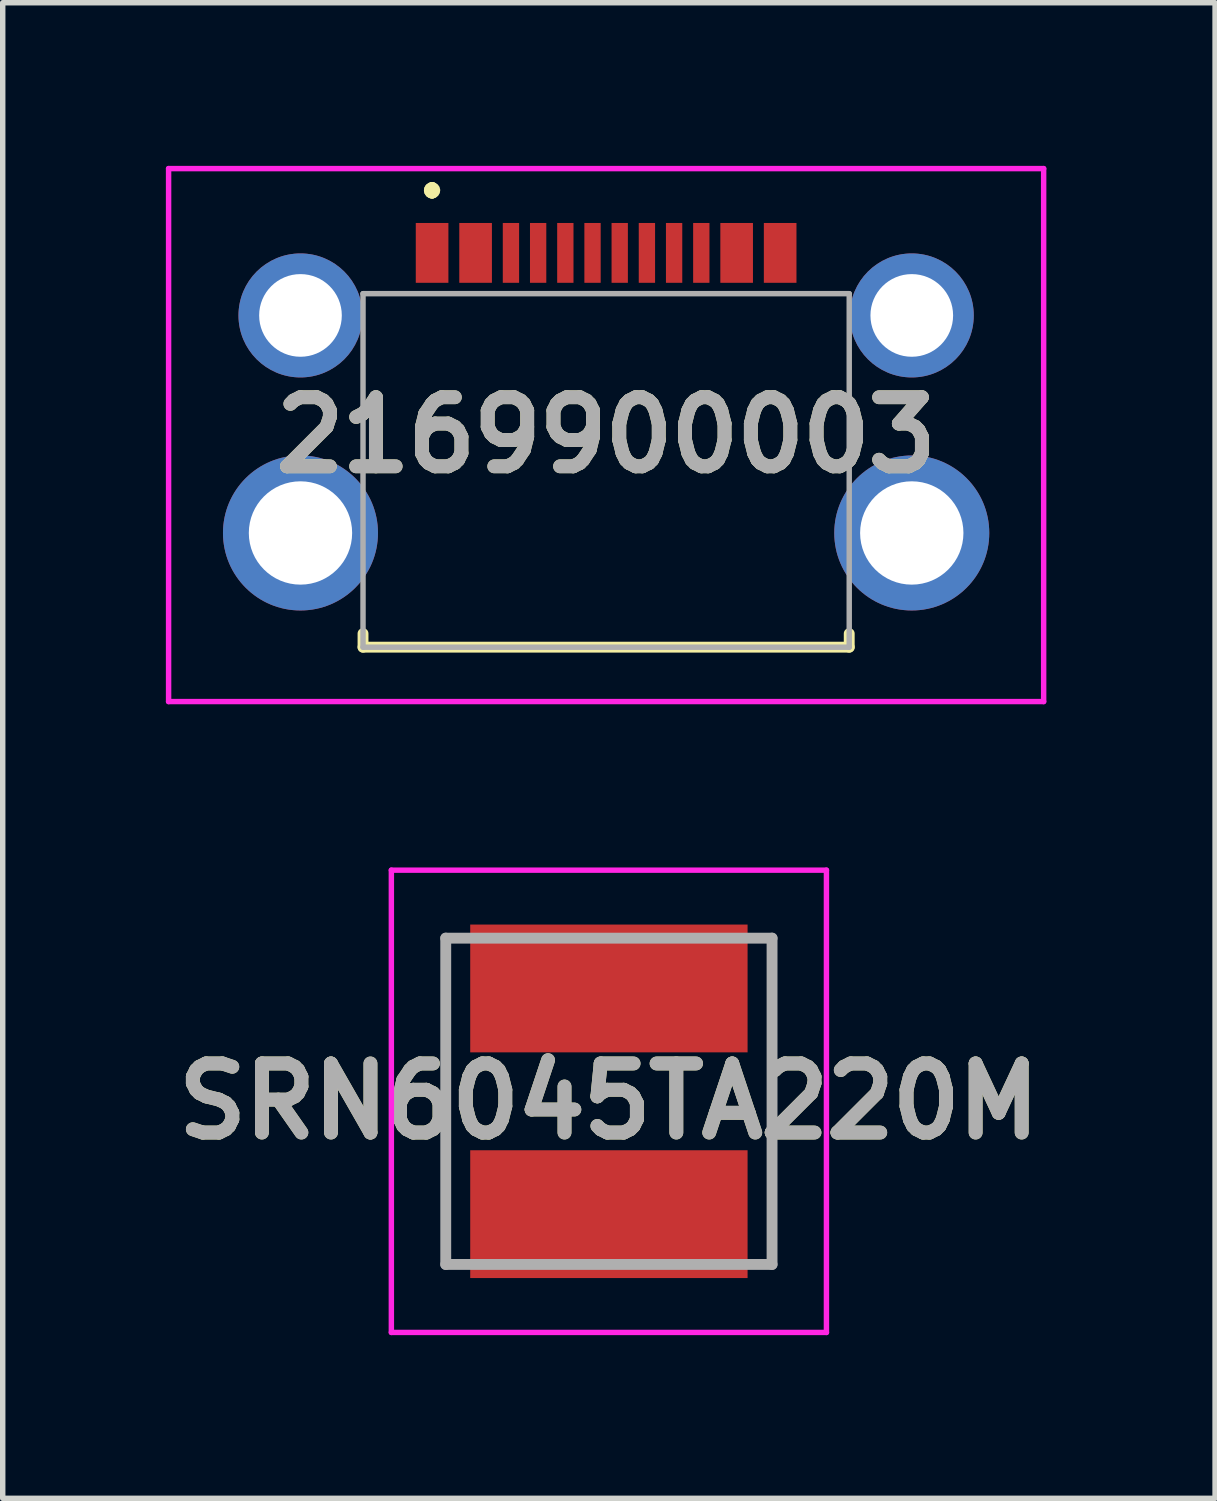
<source format=kicad_pcb>
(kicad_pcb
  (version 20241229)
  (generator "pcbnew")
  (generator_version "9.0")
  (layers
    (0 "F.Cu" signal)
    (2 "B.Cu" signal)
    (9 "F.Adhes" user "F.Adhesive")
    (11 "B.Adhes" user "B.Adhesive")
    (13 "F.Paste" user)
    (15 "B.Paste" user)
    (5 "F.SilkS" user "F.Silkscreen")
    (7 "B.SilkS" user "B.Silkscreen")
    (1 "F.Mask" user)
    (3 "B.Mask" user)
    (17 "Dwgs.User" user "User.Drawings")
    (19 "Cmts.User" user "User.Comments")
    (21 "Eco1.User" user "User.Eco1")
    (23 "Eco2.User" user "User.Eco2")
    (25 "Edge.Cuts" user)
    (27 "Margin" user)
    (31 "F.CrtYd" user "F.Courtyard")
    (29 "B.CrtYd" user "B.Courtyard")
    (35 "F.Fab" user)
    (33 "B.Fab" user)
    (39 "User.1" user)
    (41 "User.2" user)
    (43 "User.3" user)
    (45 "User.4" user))
  (footprint "2169900003"
    (layer "F.Cu")
    (at 8.095 5.6)
    (property "Reference" "2169900003" (at 0 -0.65 0) (layer "F.SilkS") (effects (font (size 1.27 1.27) (thickness 0.254))))
    (attr through_hole)
    (fp_line (start -4.47 3) (end -4.47 3.25) (stroke (width 0.2) (type solid)) (layer "F.SilkS"))
    (fp_line (start -4.47 3.25) (end 4.47 3.25) (stroke (width 0.2) (type solid)) (layer "F.SilkS"))
    (fp_line (start -3.2 -5.2) (end -3.2 -5.2) (stroke (width 0.2) (type solid)) (layer "F.SilkS"))
    (fp_line (start -3.2 -5.2) (end -3.2 -5.2) (stroke (width 0.2) (type solid)) (layer "F.SilkS"))
    (fp_line (start -3.2 -5.1) (end -3.2 -5.1) (stroke (width 0.2) (type solid)) (layer "F.SilkS"))
    (fp_line (start 4.47 3.25) (end 4.47 3) (stroke (width 0.2) (type solid)) (layer "F.SilkS"))
    (fp_arc (start -3.2 -5.2) (mid -3.15 -5.15) (end -3.2 -5.1) (stroke (width 0.2) (type solid)) (layer "F.SilkS"))
    (fp_arc (start -3.2 -5.1) (mid -3.25 -5.15) (end -3.2 -5.2) (stroke (width 0.2) (type solid)) (layer "F.SilkS"))
    (fp_arc (start -3.2 -5.1) (mid -3.25 -5.15) (end -3.2 -5.2) (stroke (width 0.2) (type solid)) (layer "F.SilkS"))
    (fp_line (start -8.045 -5.55) (end 8.045 -5.55) (stroke (width 0.1) (type solid)) (layer "F.CrtYd"))
    (fp_line (start -8.045 4.25) (end -8.045 -5.55) (stroke (width 0.1) (type solid)) (layer "F.CrtYd"))
    (fp_line (start 8.045 -5.55) (end 8.045 4.25) (stroke (width 0.1) (type solid)) (layer "F.CrtYd"))
    (fp_line (start 8.045 4.25) (end -8.045 4.25) (stroke (width 0.1) (type solid)) (layer "F.CrtYd"))
    (fp_line (start -4.47 -3.25) (end -4.47 3.25) (stroke (width 0.1) (type solid)) (layer "F.Fab"))
    (fp_line (start -4.47 3.25) (end 4.47 3.25) (stroke (width 0.1) (type solid)) (layer "F.Fab"))
    (fp_line (start 4.47 -3.25) (end -4.47 -3.25) (stroke (width 0.1) (type solid)) (layer "F.Fab"))
    (fp_line (start 4.47 3.25) (end 4.47 -3.25) (stroke (width 0.1) (type solid)) (layer "F.Fab"))
    (fp_text user "${REFERENCE}" (at 0 -0.65 0) (layer "F.Fab") (effects (font (size 1.27 1.27) (thickness 0.254))))
    (pad "A1" smd rect (at -3.2 -4) (size 0.6 1.1) (layers "F.Cu" "F.Mask" "F.Paste"))
    (pad "A4" smd rect (at -2.4 -4) (size 0.6 1.1) (layers "F.Cu" "F.Mask" "F.Paste"))
    (pad "A5" smd rect (at -1.25 -4) (size 0.3 1.1) (layers "F.Cu" "F.Mask" "F.Paste"))
    (pad "A6" smd rect (at -0.25 -4) (size 0.3 1.1) (layers "F.Cu" "F.Mask" "F.Paste"))
    (pad "A7" smd rect (at 0.25 -4) (size 0.3 1.1) (layers "F.Cu" "F.Mask" "F.Paste"))
    (pad "A8" smd rect (at 1.25 -4) (size 0.3 1.1) (layers "F.Cu" "F.Mask" "F.Paste"))
    (pad "A9" smd rect (at 2.4 -4) (size 0.6 1.1) (layers "F.Cu" "F.Mask" "F.Paste"))
    (pad "A12" smd rect (at 3.2 -4) (size 0.6 1.1) (layers "F.Cu" "F.Mask" "F.Paste"))
    (pad "B5" smd rect (at 1.75 -4) (size 0.3 1.1) (layers "F.Cu" "F.Mask" "F.Paste"))
    (pad "B6" smd rect (at 0.75 -4) (size 0.3 1.1) (layers "F.Cu" "F.Mask" "F.Paste"))
    (pad "B7" smd rect (at -0.75 -4) (size 0.3 1.1) (layers "F.Cu" "F.Mask" "F.Paste"))
    (pad "B8" smd rect (at -1.75 -4) (size 0.3 1.1) (layers "F.Cu" "F.Mask" "F.Paste"))
    (pad "MH1" thru_hole circle (at -5.62 -2.85) (size 2.28 2.28) (drill 1.52) (layers "*.Cu" "*.Mask"))
    (pad "MH2" thru_hole circle (at -5.62 1.15) (size 2.85 2.85) (drill 1.9) (layers "*.Cu" "*.Mask"))
    (pad "MH3" thru_hole circle (at 5.62 1.15) (size 2.85 2.85) (drill 1.9) (layers "*.Cu" "*.Mask"))
    (pad "MH4" thru_hole circle (at 5.62 -2.85) (size 2.28 2.28) (drill 1.52) (layers "*.Cu" "*.Mask")))
  (footprint "SRN6045TA220M"
    (layer "F.Cu")
    (at 8.146 17.2)
    (property "Reference" "SRN6045TA220M" (at 0 0 0) (layer "F.SilkS") (effects (font (size 1.27 1.27) (thickness 0.254))))
    (attr smd)
    (fp_line (start -3 -3) (end -3 3) (stroke (width 0.1) (type solid)) (layer "F.SilkS"))
    (fp_line (start 3 -3) (end 3 3) (stroke (width 0.1) (type solid)) (layer "F.SilkS"))
    (fp_line (start -4 -4.25) (end 4 -4.25) (stroke (width 0.1) (type solid)) (layer "F.CrtYd"))
    (fp_line (start -4 4.25) (end -4 -4.25) (stroke (width 0.1) (type solid)) (layer "F.CrtYd"))
    (fp_line (start 4 -4.25) (end 4 4.25) (stroke (width 0.1) (type solid)) (layer "F.CrtYd"))
    (fp_line (start 4 4.25) (end -4 4.25) (stroke (width 0.1) (type solid)) (layer "F.CrtYd"))
    (fp_line (start -3 -3) (end 3 -3) (stroke (width 0.2) (type solid)) (layer "F.Fab"))
    (fp_line (start -3 3) (end -3 -3) (stroke (width 0.2) (type solid)) (layer "F.Fab"))
    (fp_line (start 3 -3) (end 3 3) (stroke (width 0.2) (type solid)) (layer "F.Fab"))
    (fp_line (start 3 3) (end -3 3) (stroke (width 0.2) (type solid)) (layer "F.Fab"))
    (fp_text user "${REFERENCE}" (at 0 0 0) (layer "F.Fab") (effects (font (size 1.27 1.27) (thickness 0.254))))
    (pad "1" smd rect (at 0 -2.075 90) (size 2.35 5.1) (layers "F.Cu" "F.Mask" "F.Paste"))
    (pad "2" smd rect (at 0 2.075 90) (size 2.35 5.1) (layers "F.Cu" "F.Mask" "F.Paste")))
  (gr_rect
    (start -3 -3)
    (end 19.292 24.5)
    (stroke (width 0.1) (type default))
    (fill no)
    (layer "Edge.Cuts")))
</source>
